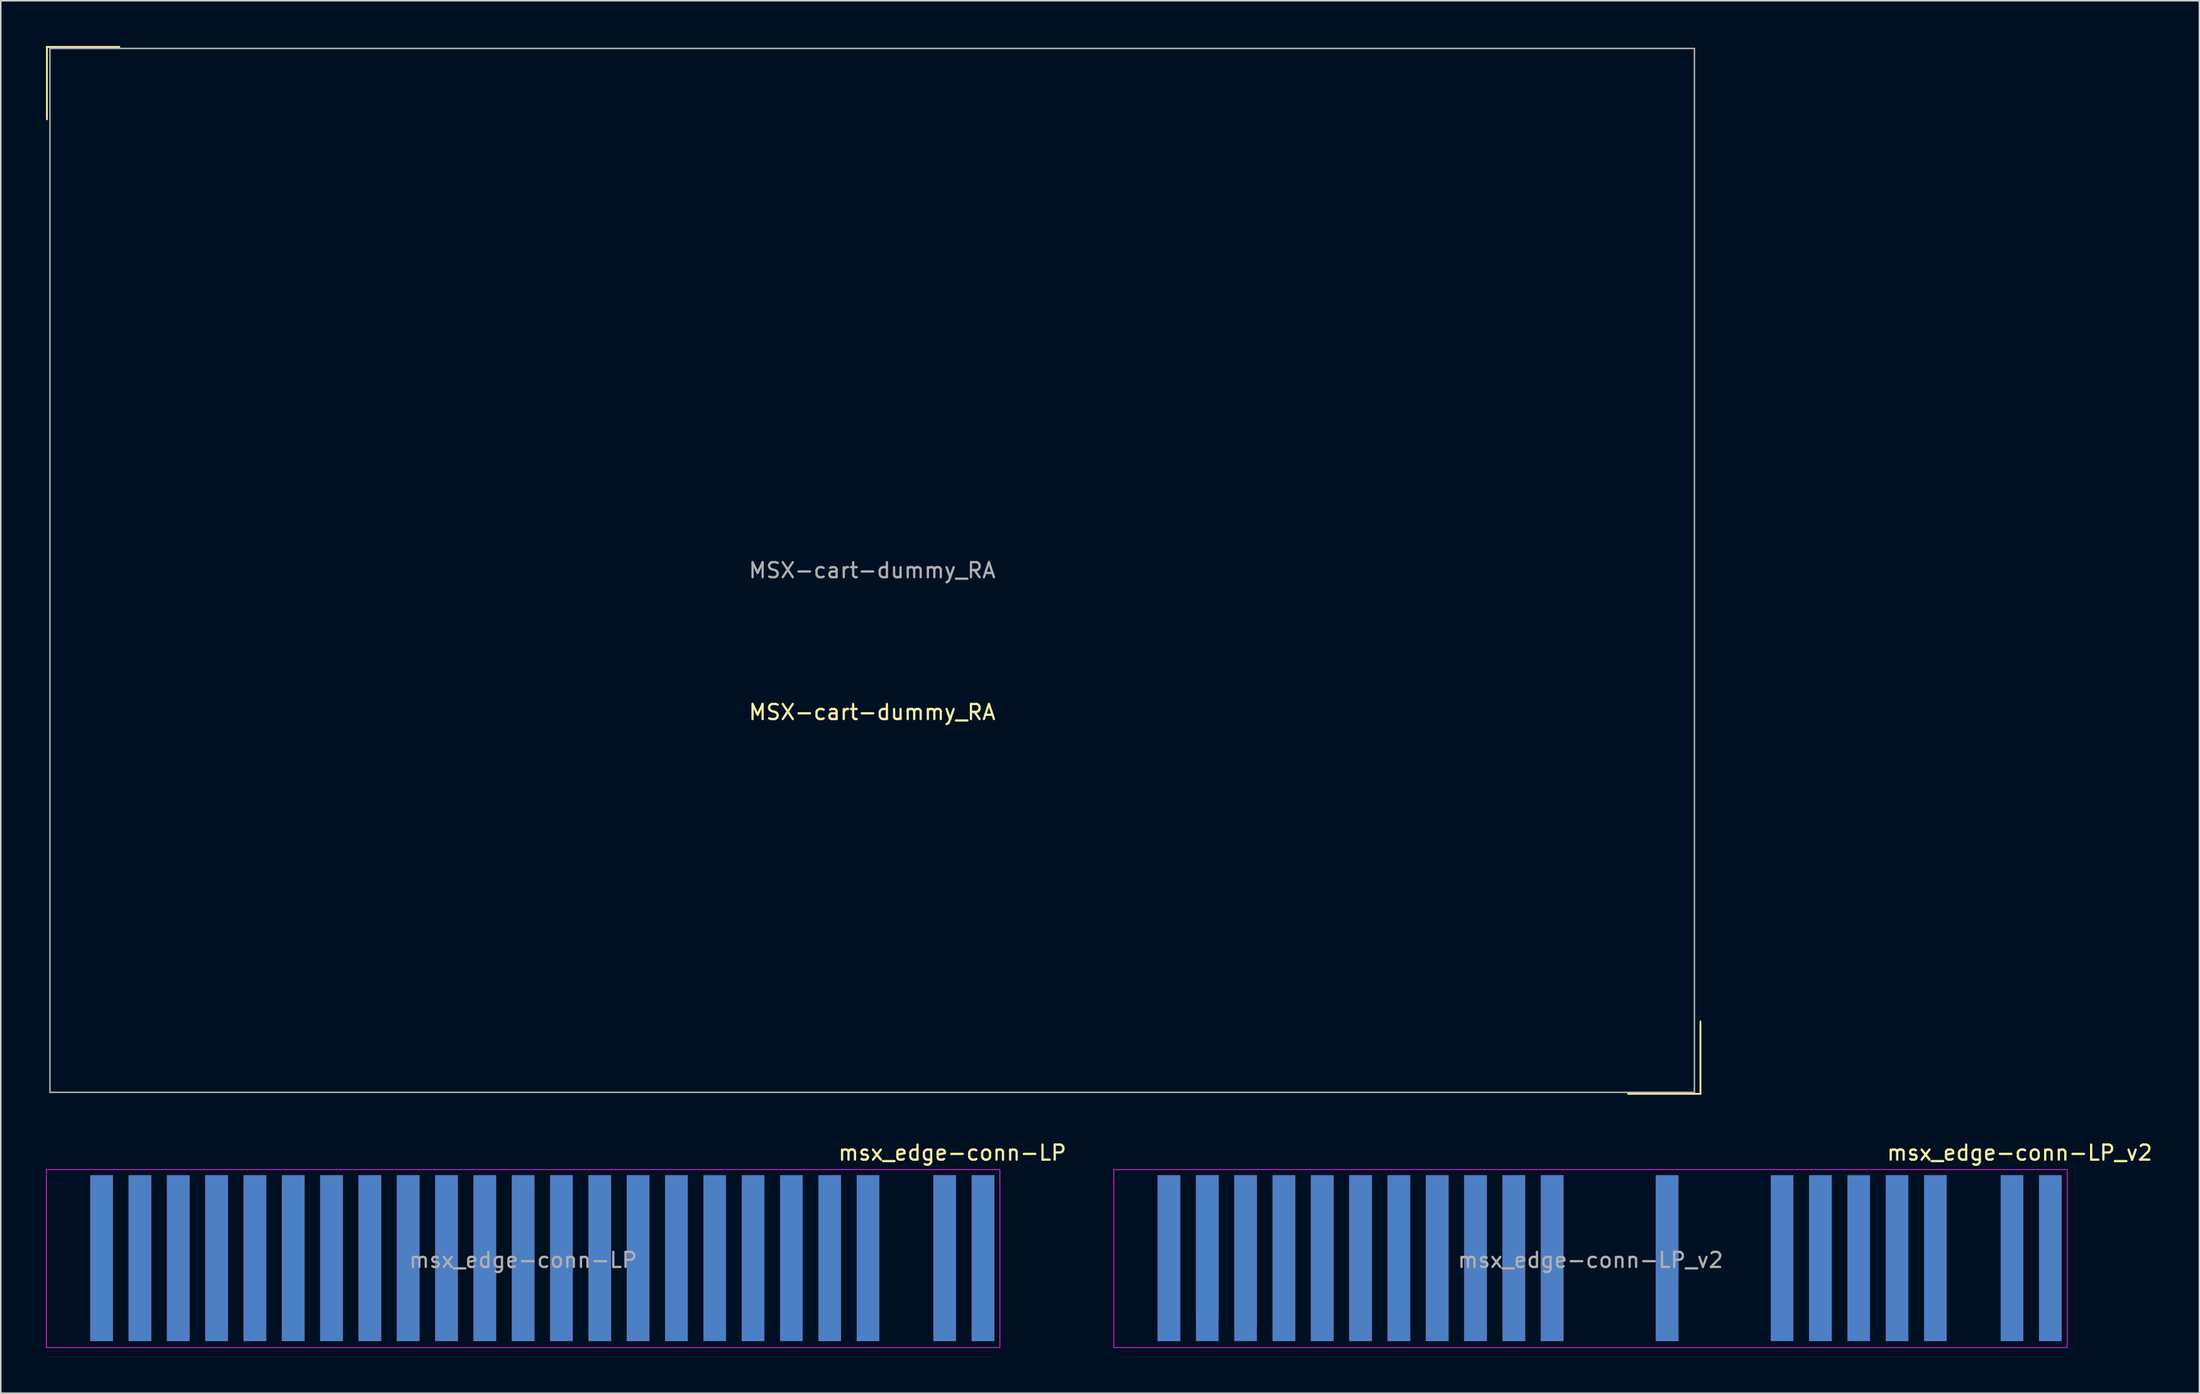
<source format=kicad_pcb>
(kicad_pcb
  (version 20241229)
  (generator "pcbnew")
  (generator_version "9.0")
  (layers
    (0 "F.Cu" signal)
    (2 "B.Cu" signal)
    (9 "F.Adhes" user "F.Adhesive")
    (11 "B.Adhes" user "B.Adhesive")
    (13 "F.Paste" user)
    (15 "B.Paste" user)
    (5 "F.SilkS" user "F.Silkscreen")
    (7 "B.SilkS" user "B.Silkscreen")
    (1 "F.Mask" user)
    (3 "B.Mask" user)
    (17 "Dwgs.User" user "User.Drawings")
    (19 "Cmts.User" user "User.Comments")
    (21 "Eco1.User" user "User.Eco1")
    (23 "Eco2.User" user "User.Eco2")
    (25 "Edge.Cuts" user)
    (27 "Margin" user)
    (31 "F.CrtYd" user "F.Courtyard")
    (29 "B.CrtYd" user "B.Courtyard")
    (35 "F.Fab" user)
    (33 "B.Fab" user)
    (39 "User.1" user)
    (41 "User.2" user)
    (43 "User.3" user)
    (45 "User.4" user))
  (footprint "msx_edge-conn-LP"
    (layer "F.Cu")
    (at 31.625 80.48)
    (property "Reference" "msx_edge-conn-LP" (at 28.448 -7.112 0) (layer "F.SilkS") (effects (font (size 1 1) (thickness 0.15))))
    (attr smd exclude_from_bom)
    (fp_rect (start -31.6 -6) (end 31.6 5.8) (stroke (width 0.05) (type solid)) (fill no) (layer "F.CrtYd"))
    (fp_text user "${REFERENCE}" (at 0 0 0) (layer "F.Fab") (effects (font (size 1 1) (thickness 0.15))))
    (pad "1" connect rect (at 30.48 -0.127) (size 1.5 11) (layers "B.Cu" "B.Mask"))
    (pad "2" connect rect (at 30.48 -0.127) (size 1.5 11) (layers "F.Cu" "F.Mask"))
    (pad "3" connect rect (at 27.94 -0.127) (size 1.5 11) (layers "B.Cu" "B.Mask"))
    (pad "4" connect rect (at 27.94 -0.127) (size 1.5 11) (layers "F.Cu" "F.Mask"))
    (pad "7" connect rect (at 22.86 -0.127) (size 1.5 11) (layers "B.Cu" "B.Mask"))
    (pad "8" connect rect (at 22.86 -0.127) (size 1.5 11) (layers "F.Cu" "F.Mask"))
    (pad "9" connect rect (at 20.32 -0.127) (size 1.5 11) (layers "B.Cu" "B.Mask"))
    (pad "10" connect rect (at 20.32 -0.127) (size 1.5 11) (layers "F.Cu" "F.Mask"))
    (pad "11" connect rect (at 17.78 -0.127) (size 1.5 11) (layers "B.Cu" "B.Mask"))
    (pad "13" connect rect (at 15.24 -0.127) (size 1.5 11) (layers "B.Cu" "B.Mask"))
    (pad "14" connect rect (at 15.24 -0.127) (size 1.5 11) (layers "F.Cu" "F.Mask"))
    (pad "15" connect rect (at 12.7 -0.127) (size 1.5 11) (layers "B.Cu" "B.Mask"))
    (pad "17" connect rect (at 10.16 -0.127) (size 1.5 11) (layers "B.Cu" "B.Mask"))
    (pad "18" connect rect (at 10.16 -0.127) (size 1.5 11) (layers "F.Cu" "F.Mask"))
    (pad "19" connect rect (at 7.62 -0.127) (size 1.5 11) (layers "B.Cu" "B.Mask"))
    (pad "20" connect rect (at 7.62 -0.127) (size 1.5 11) (layers "F.Cu" "F.Mask"))
    (pad "21" connect rect (at 5.08 -0.127) (size 1.5 11) (layers "B.Cu" "B.Mask"))
    (pad "22" connect rect (at 5.08 -0.127) (size 1.5 11) (layers "F.Cu" "F.Mask"))
    (pad "23" connect rect (at 2.54 -0.127) (size 1.5 11) (layers "B.Cu" "B.Mask"))
    (pad "24" connect rect (at 2.54 -0.127) (size 1.5 11) (layers "F.Cu" "F.Mask"))
    (pad "25" connect rect (at 0 -0.127) (size 1.5 11) (layers "B.Cu" "B.Mask"))
    (pad "26" connect rect (at 0 -0.127) (size 1.5 11) (layers "F.Cu" "F.Mask"))
    (pad "27" connect rect (at -2.54 -0.127) (size 1.5 11) (layers "B.Cu" "B.Mask"))
    (pad "28" connect rect (at -2.54 -0.127) (size 1.5 11) (layers "F.Cu" "F.Mask"))
    (pad "29" connect rect (at -5.08 -0.127) (size 1.5 11) (layers "B.Cu" "B.Mask"))
    (pad "30" connect rect (at -5.08 -0.127) (size 1.5 11) (layers "F.Cu" "F.Mask"))
    (pad "31" connect rect (at -7.62 -0.127) (size 1.5 11) (layers "B.Cu" "B.Mask"))
    (pad "32" connect rect (at -7.62 -0.127) (size 1.5 11) (layers "F.Cu" "F.Mask"))
    (pad "33" connect rect (at -10.16 -0.127) (size 1.5 11) (layers "B.Cu" "B.Mask"))
    (pad "34" connect rect (at -10.16 -0.127) (size 1.5 11) (layers "F.Cu" "F.Mask"))
    (pad "35" connect rect (at -12.7 -0.127) (size 1.5 11) (layers "B.Cu" "B.Mask"))
    (pad "36" connect rect (at -12.7 -0.127) (size 1.5 11) (layers "F.Cu" "F.Mask"))
    (pad "37" connect rect (at -15.24 -0.127) (size 1.5 11) (layers "B.Cu" "B.Mask"))
    (pad "38" connect rect (at -15.24 -0.127) (size 1.5 11) (layers "F.Cu" "F.Mask"))
    (pad "39" connect rect (at -17.78 -0.127) (size 1.5 11) (layers "B.Cu" "B.Mask"))
    (pad "40" connect rect (at -17.78 -0.127) (size 1.5 11) (layers "F.Cu" "F.Mask"))
    (pad "41" connect rect (at -20.32 -0.127) (size 1.5 11) (layers "B.Cu" "B.Mask"))
    (pad "42" connect rect (at -20.32 -0.127) (size 1.5 11) (layers "F.Cu" "F.Mask"))
    (pad "43" connect rect (at -22.86 -0.127) (size 1.5 11) (layers "B.Cu" "B.Mask"))
    (pad "44" connect rect (at -22.86 -0.127) (size 1.5 11) (layers "F.Cu" "F.Mask"))
    (pad "45" connect rect (at -25.4 -0.127) (size 1.5 11) (layers "B.Cu" "B.Mask"))
    (pad "46" connect rect (at -25.4 -0.127) (size 1.5 11) (layers "F.Cu" "F.Mask"))
    (pad "47" connect rect (at -27.94 -0.127) (size 1.5 11) (layers "B.Cu" "B.Mask"))
    (pad "48" connect rect (at -27.94 -0.127) (size 1.5 11) (layers "F.Cu" "F.Mask")))
  (footprint "msx_edge-conn-LP_v2"
    (layer "F.Cu")
    (at 102.371 80.48)
    (property "Reference" "msx_edge-conn-LP_v2" (at 28.448 -7.112 0) (layer "F.SilkS") (effects (font (size 1 1) (thickness 0.15))))
    (attr smd exclude_from_bom)
    (fp_rect (start -31.6 -6) (end 31.6 5.8) (stroke (width 0.05) (type solid)) (fill no) (layer "F.CrtYd"))
    (fp_text user "${REFERENCE}" (at 0 0 0) (layer "F.Fab") (effects (font (size 1 1) (thickness 0.15))))
    (pad "1" connect rect (at 30.48 -0.127) (size 1.5 11) (layers "B.Cu" "B.Mask"))
    (pad "2" connect rect (at 30.48 -0.127) (size 1.5 11) (layers "F.Cu" "F.Mask"))
    (pad "3" connect rect (at 27.94 -0.127) (size 1.5 11) (layers "B.Cu" "B.Mask"))
    (pad "4" connect rect (at 27.94 -0.127) (size 1.5 11) (layers "F.Cu" "F.Mask"))
    (pad "7" connect rect (at 22.86 -0.127) (size 1.5 11) (layers "B.Cu" "B.Mask"))
    (pad "8" connect rect (at 22.86 -0.127) (size 1.5 11) (layers "F.Cu" "F.Mask"))
    (pad "9" connect rect (at 20.32 -0.127) (size 1.5 11) (layers "B.Cu" "B.Mask"))
    (pad "10" connect rect (at 20.32 -0.127) (size 1.5 11) (layers "F.Cu" "F.Mask"))
    (pad "11" connect rect (at 17.78 -0.127) (size 1.5 11) (layers "B.Cu" "B.Mask"))
    (pad "13" connect rect (at 15.24 -0.127) (size 1.5 11) (layers "B.Cu" "B.Mask"))
    (pad "14" connect rect (at 15.24 -0.127) (size 1.5 11) (layers "F.Cu" "F.Mask"))
    (pad "15" connect rect (at 12.7 -0.127) (size 1.5 11) (layers "B.Cu" "B.Mask"))
    (pad "21" connect rect (at 5.08 -0.127) (size 1.5 11) (layers "B.Cu" "B.Mask"))
    (pad "22" connect rect (at 5.08 -0.127) (size 1.5 11) (layers "F.Cu" "F.Mask"))
    (pad "27" connect rect (at -2.54 -0.127) (size 1.5 11) (layers "B.Cu" "B.Mask"))
    (pad "28" connect rect (at -2.54 -0.127) (size 1.5 11) (layers "F.Cu" "F.Mask"))
    (pad "29" connect rect (at -5.08 -0.127) (size 1.5 11) (layers "B.Cu" "B.Mask"))
    (pad "30" connect rect (at -5.08 -0.127) (size 1.5 11) (layers "F.Cu" "F.Mask"))
    (pad "31" connect rect (at -7.62 -0.127) (size 1.5 11) (layers "B.Cu" "B.Mask"))
    (pad "32" connect rect (at -7.62 -0.127) (size 1.5 11) (layers "F.Cu" "F.Mask"))
    (pad "33" connect rect (at -10.16 -0.127) (size 1.5 11) (layers "B.Cu" "B.Mask"))
    (pad "34" connect rect (at -10.16 -0.127) (size 1.5 11) (layers "F.Cu" "F.Mask"))
    (pad "35" connect rect (at -12.7 -0.127) (size 1.5 11) (layers "B.Cu" "B.Mask"))
    (pad "36" connect rect (at -12.7 -0.127) (size 1.5 11) (layers "F.Cu" "F.Mask"))
    (pad "37" connect rect (at -15.24 -0.127) (size 1.5 11) (layers "B.Cu" "B.Mask"))
    (pad "38" connect rect (at -15.24 -0.127) (size 1.5 11) (layers "F.Cu" "F.Mask"))
    (pad "39" connect rect (at -17.78 -0.127) (size 1.5 11) (layers "B.Cu" "B.Mask"))
    (pad "40" connect rect (at -17.78 -0.127) (size 1.5 11) (layers "F.Cu" "F.Mask"))
    (pad "41" connect rect (at -20.32 -0.127) (size 1.5 11) (layers "B.Cu" "B.Mask"))
    (pad "42" connect rect (at -20.32 -0.127) (size 1.5 11) (layers "F.Cu" "F.Mask"))
    (pad "43" connect rect (at -22.86 -0.127) (size 1.5 11) (layers "B.Cu" "B.Mask"))
    (pad "44" connect rect (at -22.86 -0.63) (size 1.5 10) (layers "F.Cu" "F.Mask"))
    (pad "45" connect rect (at -25.4 -0.127) (size 1.5 11) (layers "B.Cu" "B.Mask"))
    (pad "46" connect rect (at -25.4 -0.88) (size 1.5 9.5) (layers "F.Cu" "F.Mask"))
    (pad "47" connect rect (at -27.94 -0.127) (size 1.5 11) (layers "B.Cu" "B.Mask"))
    (pad "48" connect rect (at -27.94 -0.127) (size 1.5 11) (layers "F.Cu" "F.Mask")))
  (footprint "MSX-cart-dummy_RA"
    (layer "F.Cu")
    (at 54.76 34.76)
    (property "Reference" "MSX-cart-dummy_RA" (at 0 9.4 0) (layer "F.SilkS") (effects (font (size 1 1) (thickness 0.15))))
    (attr exclude_from_pos_files exclude_from_bom)
    (fp_line (start -54.7 -34.7) (end -54.7 -29.9) (stroke (width 0.12) (type solid)) (layer "F.SilkS"))
    (fp_line (start -54.7 -34.7) (end -49.9 -34.7) (stroke (width 0.12) (type solid)) (layer "F.SilkS"))
    (fp_line (start 54.9 34.7) (end 50.1 34.7) (stroke (width 0.12) (type solid)) (layer "F.SilkS"))
    (fp_line (start 54.9 34.7) (end 54.9 29.9) (stroke (width 0.12) (type solid)) (layer "F.SilkS"))
    (fp_line (start -54.5 -34.6) (end -54.5 34.6) (stroke (width 0.1) (type solid)) (layer "F.Fab"))
    (fp_line (start -54.5 -34.6) (end 54.5 -34.6) (stroke (width 0.1) (type solid)) (layer "F.Fab"))
    (fp_line (start 54.5 34.6) (end -54.5 34.6) (stroke (width 0.1) (type solid)) (layer "F.Fab"))
    (fp_line (start 54.5 34.6) (end 54.5 -34.6) (stroke (width 0.1) (type solid)) (layer "F.Fab"))
    (fp_text user "${REFERENCE}" (at 0 0 0) (layer "F.Fab") (effects (font (size 1 1) (thickness 0.15)))))
  (gr_rect
    (start -3 -3)
    (end 142.729 89.305)
    (stroke (width 0.1) (type default))
    (fill no)
    (layer "Edge.Cuts")))
</source>
